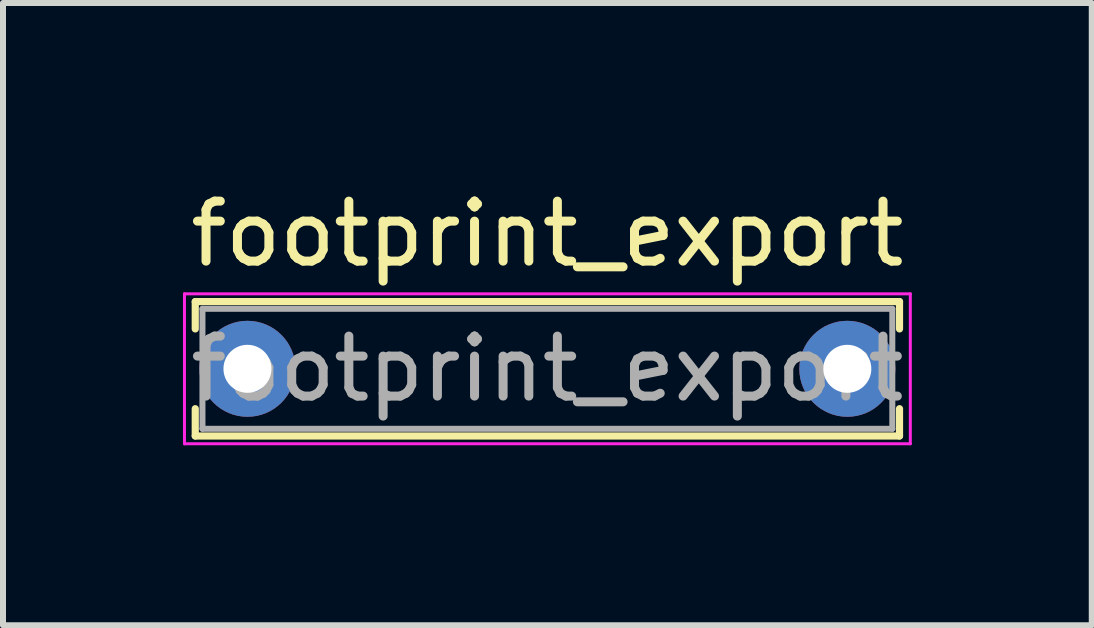
<source format=kicad_pcb>
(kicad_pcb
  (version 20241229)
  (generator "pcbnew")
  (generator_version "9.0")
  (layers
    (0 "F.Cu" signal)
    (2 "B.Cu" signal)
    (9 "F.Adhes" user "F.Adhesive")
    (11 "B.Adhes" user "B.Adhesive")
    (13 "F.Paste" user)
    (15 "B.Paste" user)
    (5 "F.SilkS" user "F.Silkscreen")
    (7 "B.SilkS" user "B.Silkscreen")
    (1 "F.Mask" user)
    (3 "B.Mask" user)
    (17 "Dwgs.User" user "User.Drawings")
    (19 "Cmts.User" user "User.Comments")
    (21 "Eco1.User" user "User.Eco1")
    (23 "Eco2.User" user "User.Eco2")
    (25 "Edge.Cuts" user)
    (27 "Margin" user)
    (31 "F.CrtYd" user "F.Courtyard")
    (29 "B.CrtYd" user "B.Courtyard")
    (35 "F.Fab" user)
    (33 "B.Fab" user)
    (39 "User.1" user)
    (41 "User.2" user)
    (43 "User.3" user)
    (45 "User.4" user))
  (footprint "footprint_export"
    (layer "F.Cu")
    (at 1.075 3.098)
    (property "Reference" "footprint_export" (at 5 -2.25 0) (layer "F.SilkS") (effects (font (size 1 1) (thickness 0.15))))
    (attr through_hole)
    (fp_line (start -0.87 -1.12) (end -0.87 -0.665) (stroke (width 0.12) (type solid)) (layer "F.SilkS"))
    (fp_line (start -0.87 -1.12) (end 10.87 -1.12) (stroke (width 0.12) (type solid)) (layer "F.SilkS"))
    (fp_line (start -0.87 0.665) (end -0.87 1.12) (stroke (width 0.12) (type solid)) (layer "F.SilkS"))
    (fp_line (start -0.87 1.12) (end 10.87 1.12) (stroke (width 0.12) (type solid)) (layer "F.SilkS"))
    (fp_line (start 10.87 -1.12) (end 10.87 -0.665) (stroke (width 0.12) (type solid)) (layer "F.SilkS"))
    (fp_line (start 10.87 0.665) (end 10.87 1.12) (stroke (width 0.12) (type solid)) (layer "F.SilkS"))
    (fp_line (start -1.05 -1.25) (end -1.05 1.25) (stroke (width 0.05) (type solid)) (layer "F.CrtYd"))
    (fp_line (start -1.05 1.25) (end 11.05 1.25) (stroke (width 0.05) (type solid)) (layer "F.CrtYd"))
    (fp_line (start 11.05 -1.25) (end -1.05 -1.25) (stroke (width 0.05) (type solid)) (layer "F.CrtYd"))
    (fp_line (start 11.05 1.25) (end 11.05 -1.25) (stroke (width 0.05) (type solid)) (layer "F.CrtYd"))
    (fp_line (start -0.75 -1) (end -0.75 1) (stroke (width 0.1) (type solid)) (layer "F.Fab"))
    (fp_line (start -0.75 1) (end 10.75 1) (stroke (width 0.1) (type solid)) (layer "F.Fab"))
    (fp_line (start 10.75 -1) (end -0.75 -1) (stroke (width 0.1) (type solid)) (layer "F.Fab"))
    (fp_line (start 10.75 1) (end 10.75 -1) (stroke (width 0.1) (type solid)) (layer "F.Fab"))
    (fp_text user "${REFERENCE}" (at 5 0 0) (layer "F.Fab") (effects (font (size 1 1) (thickness 0.15))))
    (pad "1" thru_hole circle (at 0 0) (size 1.6 1.6) (drill 0.8) (layers "*.Cu" "*.Mask"))
    (pad "2" thru_hole circle (at 10 0) (size 1.6 1.6) (drill 0.8) (layers "*.Cu" "*.Mask")))
  (gr_rect
    (start -3 -3)
    (end 15.15 7.373)
    (stroke (width 0.1) (type default))
    (fill no)
    (layer "Edge.Cuts")))
</source>
